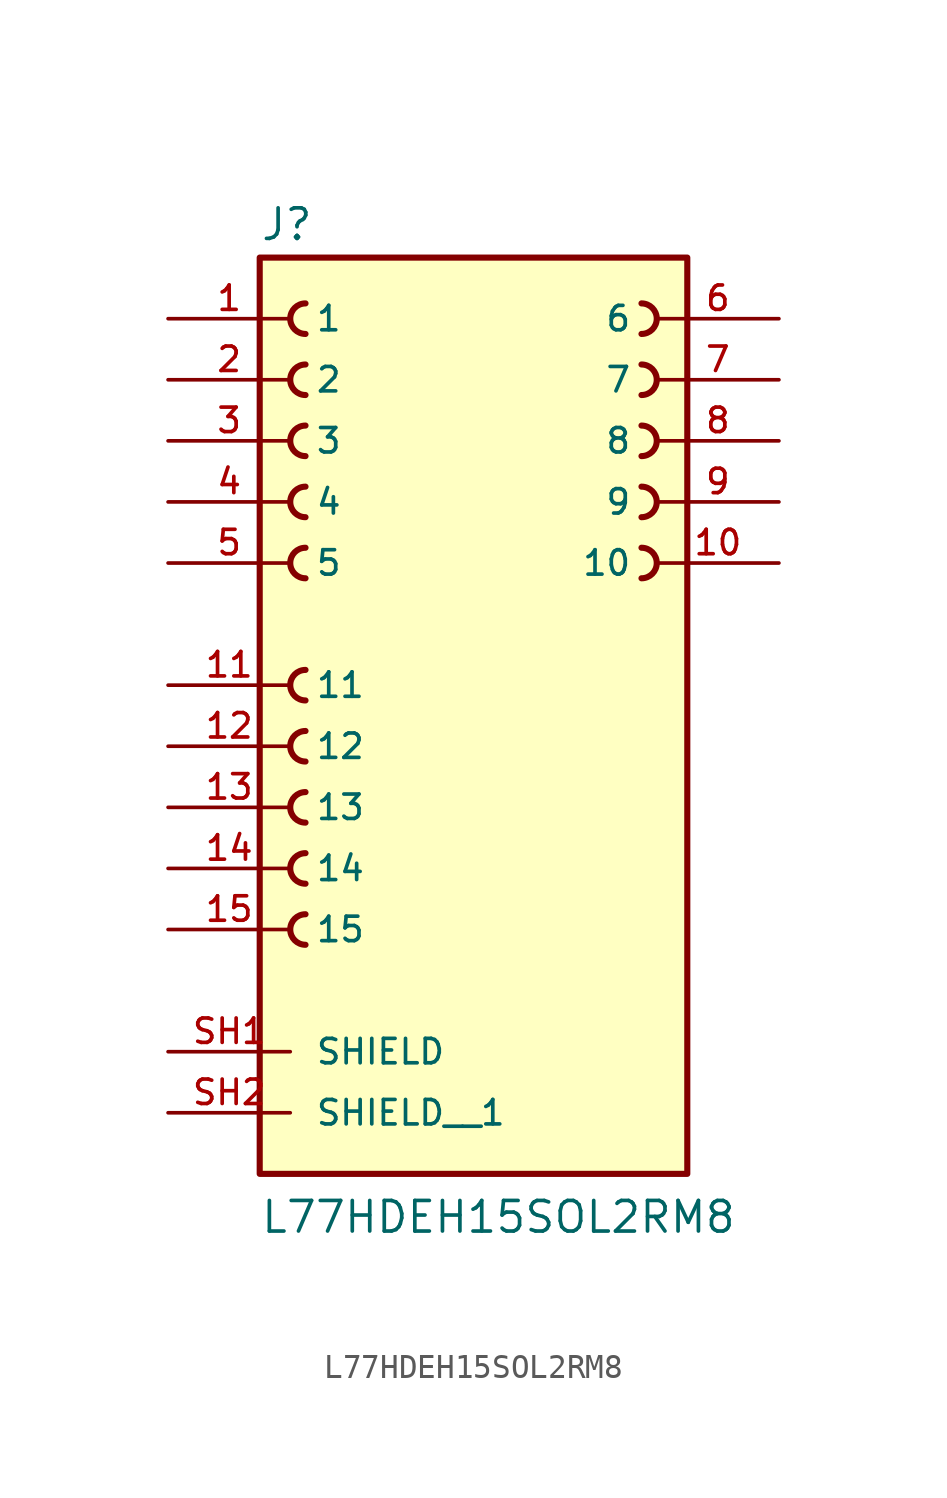
<source format=kicad_sym>
(kicad_symbol_lib
  (version 20211014)
  (generator kicad_symbol_editor)
  (symbol "L77HDEH15SOL2RM8"
    (pin_names
      (offset 1.016))
    (property "Reference" "J"
      (at -8.89 18.415 0)
      (effects (font (size 1.27 1.27)) (justify bottom left)))
    (property "Value" "L77HDEH15SOL2RM8"
      (at -8.89 -22.86 0)
      (effects (font (size 1.27 1.27)) (justify bottom left)))
    (symbol "L77HDEH15SOL2RM8_0_0"
      (arc (start 6.985 5.715) (mid 7.62 5.08) (end 6.985 4.445) (stroke (width 0.254) (type default) (color 0 0 0 0)) (fill (type none)))
      (arc (start 6.985 8.255) (mid 7.62 7.62) (end 6.985 6.985) (stroke (width 0.254) (type default) (color 0 0 0 0)) (fill (type none)))
      (arc (start 6.985 10.795) (mid 7.62 10.16) (end 6.985 9.525) (stroke (width 0.254) (type default) (color 0 0 0 0)) (fill (type none)))
      (arc (start 6.985 13.335) (mid 7.62 12.7) (end 6.985 12.065) (stroke (width 0.254) (type default) (color 0 0 0 0)) (fill (type none)))
      (arc (start 6.985 15.875) (mid 7.62 15.24) (end 6.985 14.605) (stroke (width 0.254) (type default) (color 0 0 0 0)) (fill (type none)))
      (arc (start -6.985 5.715) (mid -7.62 5.08) (end -6.985 4.445) (stroke (width 0.254) (type default) (color 0 0 0 0)) (fill (type none)))
      (arc (start -6.985 8.255) (mid -7.62 7.62) (end -6.985 6.985) (stroke (width 0.254) (type default) (color 0 0 0 0)) (fill (type none)))
      (arc (start -6.985 10.795) (mid -7.62 10.16) (end -6.985 9.525) (stroke (width 0.254) (type default) (color 0 0 0 0)) (fill (type none)))
      (arc (start -6.985 13.335) (mid -7.62 12.7) (end -6.985 12.065) (stroke (width 0.254) (type default) (color 0 0 0 0)) (fill (type none)))
      (arc (start -6.985 15.875) (mid -7.62 15.24) (end -6.985 14.605) (stroke (width 0.254) (type default) (color 0 0 0 0)) (fill (type none)))
      (arc (start -6.985 -9.525) (mid -7.62 -10.16) (end -6.985 -10.795) (stroke (width 0.254) (type default) (color 0 0 0 0)) (fill (type none)))
      (arc (start -6.985 -6.985) (mid -7.62 -7.62) (end -6.985 -8.255) (stroke (width 0.254) (type default) (color 0 0 0 0)) (fill (type none)))
      (arc (start -6.985 -4.445) (mid -7.62 -5.08) (end -6.985 -5.715) (stroke (width 0.254) (type default) (color 0 0 0 0)) (fill (type none)))
      (arc (start -6.985 -1.905) (mid -7.62 -2.54) (end -6.985 -3.175) (stroke (width 0.254) (type default) (color 0 0 0 0)) (fill (type none)))
      (arc (start -6.985 0.635) (mid -7.62 -0.0) (end -6.985 -0.635) (stroke (width 0.254) (type default) (color 0 0 0 0)) (fill (type none)))
      (rectangle (start -8.89 -20.32) (end 8.89 17.78) (stroke (width 0.254)) (fill (type background)))
      (pin passive line (at -12.7 15.24 0) (length 5.08) (name "1" (effects (font (size 1.016 1.016)))) (number "1" (effects (font (size 1.016 1.016)))))
      (pin passive line (at -12.7 12.7 0) (length 5.08) (name "2" (effects (font (size 1.016 1.016)))) (number "2" (effects (font (size 1.016 1.016)))))
      (pin passive line (at -12.7 10.16 0) (length 5.08) (name "3" (effects (font (size 1.016 1.016)))) (number "3" (effects (font (size 1.016 1.016)))))
      (pin passive line (at -12.7 7.62 0) (length 5.08) (name "4" (effects (font (size 1.016 1.016)))) (number "4" (effects (font (size 1.016 1.016)))))
      (pin passive line (at -12.7 5.08 0) (length 5.08) (name "5" (effects (font (size 1.016 1.016)))) (number "5" (effects (font (size 1.016 1.016)))))
      (pin passive line (at 12.7 15.24 180.0) (length 5.08) (name "6" (effects (font (size 1.016 1.016)))) (number "6" (effects (font (size 1.016 1.016)))))
      (pin passive line (at 12.7 12.7 180.0) (length 5.08) (name "7" (effects (font (size 1.016 1.016)))) (number "7" (effects (font (size 1.016 1.016)))))
      (pin passive line (at 12.7 10.16 180.0) (length 5.08) (name "8" (effects (font (size 1.016 1.016)))) (number "8" (effects (font (size 1.016 1.016)))))
      (pin passive line (at 12.7 7.62 180.0) (length 5.08) (name "9" (effects (font (size 1.016 1.016)))) (number "9" (effects (font (size 1.016 1.016)))))
      (pin passive line (at 12.7 5.08 180.0) (length 5.08) (name "10" (effects (font (size 1.016 1.016)))) (number "10" (effects (font (size 1.016 1.016)))))
      (pin passive line (at -12.7 0.0 0) (length 5.08) (name "11" (effects (font (size 1.016 1.016)))) (number "11" (effects (font (size 1.016 1.016)))))
      (pin passive line (at -12.7 -2.54 0) (length 5.08) (name "12" (effects (font (size 1.016 1.016)))) (number "12" (effects (font (size 1.016 1.016)))))
      (pin passive line (at -12.7 -5.08 0) (length 5.08) (name "13" (effects (font (size 1.016 1.016)))) (number "13" (effects (font (size 1.016 1.016)))))
      (pin passive line (at -12.7 -7.62 0) (length 5.08) (name "14" (effects (font (size 1.016 1.016)))) (number "14" (effects (font (size 1.016 1.016)))))
      (pin passive line (at -12.7 -10.16 0) (length 5.08) (name "15" (effects (font (size 1.016 1.016)))) (number "15" (effects (font (size 1.016 1.016)))))
      (pin passive line (at -12.7 -15.24 0) (length 5.08) (name "SHIELD" (effects (font (size 1.016 1.016)))) (number "SH1" (effects (font (size 1.016 1.016)))))
      (pin passive line (at -12.7 -17.78 0) (length 5.08) (name "SHIELD__1" (effects (font (size 1.016 1.016)))) (number "SH2" (effects (font (size 1.016 1.016))))))))
</source>
